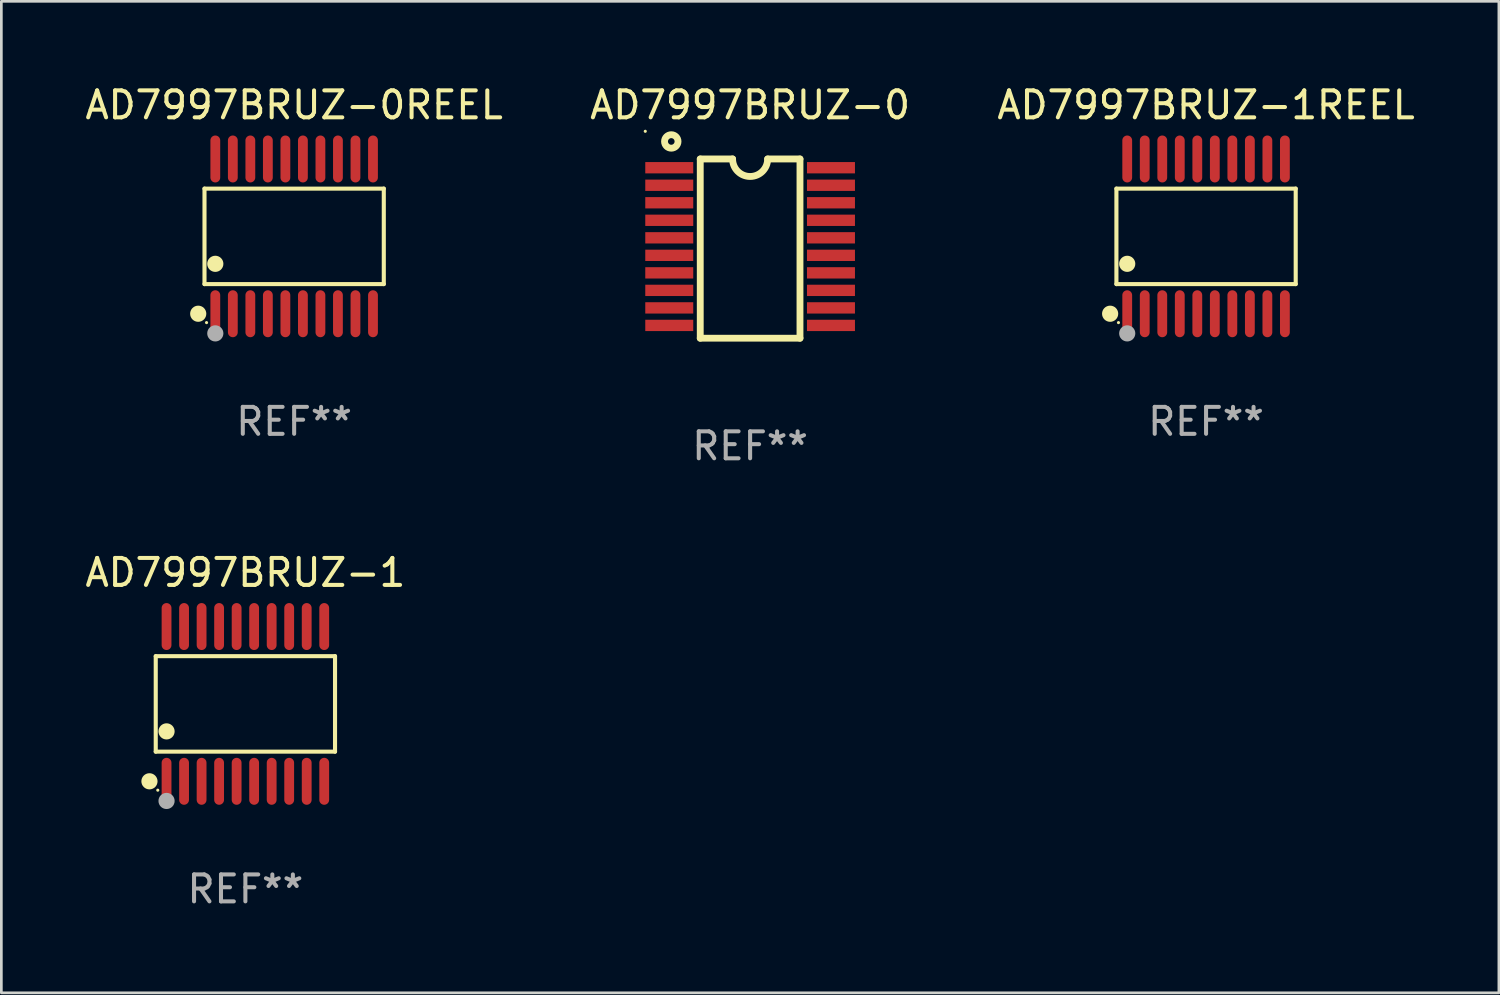
<source format=kicad_pcb>
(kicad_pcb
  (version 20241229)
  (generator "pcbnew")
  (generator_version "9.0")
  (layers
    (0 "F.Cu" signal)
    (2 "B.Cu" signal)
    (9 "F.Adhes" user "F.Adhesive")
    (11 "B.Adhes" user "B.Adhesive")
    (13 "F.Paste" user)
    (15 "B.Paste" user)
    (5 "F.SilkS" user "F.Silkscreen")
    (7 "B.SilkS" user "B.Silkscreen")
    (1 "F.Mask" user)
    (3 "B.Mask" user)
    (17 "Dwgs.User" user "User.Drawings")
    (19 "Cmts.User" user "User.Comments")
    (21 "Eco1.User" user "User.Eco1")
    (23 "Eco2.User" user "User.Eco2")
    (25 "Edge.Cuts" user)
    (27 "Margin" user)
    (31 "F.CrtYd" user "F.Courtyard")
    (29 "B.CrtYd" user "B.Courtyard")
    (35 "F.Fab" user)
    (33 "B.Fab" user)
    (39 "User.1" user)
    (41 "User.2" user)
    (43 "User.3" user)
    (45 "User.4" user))
  (footprint "AD7997BRUZ-1REEL"
    (layer "F.Cu")
    (at 41.696 5.719)
    (property "Reference" "AD7997BRUZ-1REEL" (at 0 -4.871 0) (layer "F.SilkS") (effects (font (size 1 1) (thickness 0.15))))
    (attr through_hole)
    (fp_line (start -3.326 -1.771) (end 3.326 -1.771) (stroke (width 0.152) (type solid)) (layer "F.SilkS"))
    (fp_line (start -3.326 1.771) (end -3.326 -1.771) (stroke (width 0.152) (type solid)) (layer "F.SilkS"))
    (fp_line (start 3.326 -1.771) (end 3.326 1.771) (stroke (width 0.152) (type solid)) (layer "F.SilkS"))
    (fp_line (start 3.326 1.771) (end -3.326 1.771) (stroke (width 0.152) (type solid)) (layer "F.SilkS"))
    (fp_circle (center -3.559 2.871) (end -3.409 2.871) (stroke (width 0.3) (type solid)) (fill no) (layer "F.SilkS"))
    (fp_circle (center -3.25 3.2) (end -3.22 3.2) (stroke (width 0.06) (type solid)) (fill no) (layer "F.SilkS"))
    (fp_circle (center -2.925 1.019) (end -2.775 1.019) (stroke (width 0.3) (type solid)) (fill no) (layer "F.SilkS"))
    (fp_circle (center -2.925 3.6) (end -2.775 3.6) (stroke (width 0.3) (type solid)) (fill no) (layer "F.Fab"))
    (fp_text user "REF**" (at 0 6.871 0) (layer "F.Fab") (effects (font (size 1 1) (thickness 0.15))))
    (pad "1" smd oval (at -2.925 2.871) (size 0.364 1.742) (layers "F.Cu" "F.Mask" "F.Paste"))
    (pad "2" smd oval (at -2.275 2.871) (size 0.364 1.742) (layers "F.Cu" "F.Mask" "F.Paste"))
    (pad "3" smd oval (at -1.625 2.871) (size 0.364 1.742) (layers "F.Cu" "F.Mask" "F.Paste"))
    (pad "4" smd oval (at -0.975 2.871) (size 0.364 1.742) (layers "F.Cu" "F.Mask" "F.Paste"))
    (pad "5" smd oval (at -0.325 2.871) (size 0.364 1.742) (layers "F.Cu" "F.Mask" "F.Paste"))
    (pad "6" smd oval (at 0.325 2.871) (size 0.364 1.742) (layers "F.Cu" "F.Mask" "F.Paste"))
    (pad "7" smd oval (at 0.975 2.871) (size 0.364 1.742) (layers "F.Cu" "F.Mask" "F.Paste"))
    (pad "8" smd oval (at 1.625 2.871) (size 0.364 1.742) (layers "F.Cu" "F.Mask" "F.Paste"))
    (pad "9" smd oval (at 2.275 2.871) (size 0.364 1.742) (layers "F.Cu" "F.Mask" "F.Paste"))
    (pad "10" smd oval (at 2.925 2.871) (size 0.364 1.742) (layers "F.Cu" "F.Mask" "F.Paste"))
    (pad "11" smd oval (at 2.925 -2.871) (size 0.364 1.742) (layers "F.Cu" "F.Mask" "F.Paste"))
    (pad "12" smd oval (at 2.275 -2.871) (size 0.364 1.742) (layers "F.Cu" "F.Mask" "F.Paste"))
    (pad "13" smd oval (at 1.625 -2.871) (size 0.364 1.742) (layers "F.Cu" "F.Mask" "F.Paste"))
    (pad "14" smd oval (at 0.975 -2.871) (size 0.364 1.742) (layers "F.Cu" "F.Mask" "F.Paste"))
    (pad "15" smd oval (at 0.325 -2.871) (size 0.364 1.742) (layers "F.Cu" "F.Mask" "F.Paste"))
    (pad "16" smd oval (at -0.325 -2.871) (size 0.364 1.742) (layers "F.Cu" "F.Mask" "F.Paste"))
    (pad "17" smd oval (at -0.975 -2.871) (size 0.364 1.742) (layers "F.Cu" "F.Mask" "F.Paste"))
    (pad "18" smd oval (at -1.625 -2.871) (size 0.364 1.742) (layers "F.Cu" "F.Mask" "F.Paste"))
    (pad "19" smd oval (at -2.275 -2.871) (size 0.364 1.742) (layers "F.Cu" "F.Mask" "F.Paste"))
    (pad "20" smd oval (at -2.925 -2.871) (size 0.364 1.742) (layers "F.Cu" "F.Mask" "F.Paste")))
  (footprint "AD7997BRUZ-0"
    (layer "F.Cu")
    (at 24.78 6.173)
    (property "Reference" "AD7997BRUZ-0" (at 0 -5.325 0) (layer "F.SilkS") (effects (font (size 1 1) (thickness 0.15))))
    (attr through_hole)
    (fp_line (start -1.85 -3.325) (end -0.65 -3.325) (stroke (width 0.254) (type solid)) (layer "F.SilkS"))
    (fp_line (start -1.85 3.325) (end -1.85 -3.325) (stroke (width 0.254) (type solid)) (layer "F.SilkS"))
    (fp_line (start 1.85 -3.325) (end 0.65 -3.325) (stroke (width 0.254) (type solid)) (layer "F.SilkS"))
    (fp_line (start 1.85 3.325) (end -1.85 3.325) (stroke (width 0.254) (type solid)) (layer "F.SilkS"))
    (fp_line (start 1.85 3.325) (end 1.85 -3.325) (stroke (width 0.254) (type solid)) (layer "F.SilkS"))
    (fp_arc (start 0.649987 -3.324981) (mid -0.000736 -2.676087) (end -0.65024 -3.326201) (stroke (width 0.254001) (type solid)) (layer "F.SilkS"))
    (fp_circle (center -3.89 -4.352) (end -3.86 -4.352) (stroke (width 0.06) (type solid)) (fill no) (layer "F.SilkS"))
    (fp_circle (center -2.925 -3.975) (end -2.675 -3.975) (stroke (width 0.254) (type solid)) (fill no) (layer "F.SilkS"))
    (fp_text user "REF**" (at 0 7.325 0) (layer "F.Fab") (effects (font (size 1 1) (thickness 0.15))))
    (pad "1" smd rect (at -3 -3) (size 1.78 0.42) (layers "F.Cu" "F.Mask" "F.Paste"))
    (pad "2" smd rect (at -3 -2.35) (size 1.78 0.42) (layers "F.Cu" "F.Mask" "F.Paste"))
    (pad "3" smd rect (at -3 -1.7) (size 1.78 0.42) (layers "F.Cu" "F.Mask" "F.Paste"))
    (pad "4" smd rect (at -3 -1.05) (size 1.78 0.42) (layers "F.Cu" "F.Mask" "F.Paste"))
    (pad "5" smd rect (at -3 -0.4) (size 1.78 0.42) (layers "F.Cu" "F.Mask" "F.Paste"))
    (pad "6" smd rect (at -3 0.25) (size 1.78 0.42) (layers "F.Cu" "F.Mask" "F.Paste"))
    (pad "7" smd rect (at -3 0.9) (size 1.78 0.42) (layers "F.Cu" "F.Mask" "F.Paste"))
    (pad "8" smd rect (at -3 1.55) (size 1.78 0.42) (layers "F.Cu" "F.Mask" "F.Paste"))
    (pad "9" smd rect (at -3 2.2) (size 1.78 0.42) (layers "F.Cu" "F.Mask" "F.Paste"))
    (pad "10" smd rect (at -3 2.85) (size 1.78 0.42) (layers "F.Cu" "F.Mask" "F.Paste"))
    (pad "11" smd rect (at 3 2.85) (size 1.78 0.42) (layers "F.Cu" "F.Mask" "F.Paste"))
    (pad "12" smd rect (at 3 2.2) (size 1.78 0.42) (layers "F.Cu" "F.Mask" "F.Paste"))
    (pad "13" smd rect (at 3 1.55) (size 1.78 0.42) (layers "F.Cu" "F.Mask" "F.Paste"))
    (pad "14" smd rect (at 3 0.9) (size 1.78 0.42) (layers "F.Cu" "F.Mask" "F.Paste"))
    (pad "15" smd rect (at 3 0.25) (size 1.78 0.42) (layers "F.Cu" "F.Mask" "F.Paste"))
    (pad "16" smd rect (at 3 -0.4) (size 1.78 0.42) (layers "F.Cu" "F.Mask" "F.Paste"))
    (pad "17" smd rect (at 3 -1.05) (size 1.78 0.42) (layers "F.Cu" "F.Mask" "F.Paste"))
    (pad "18" smd rect (at 3 -1.7) (size 1.78 0.42) (layers "F.Cu" "F.Mask" "F.Paste"))
    (pad "19" smd rect (at 3 -2.35) (size 1.78 0.42) (layers "F.Cu" "F.Mask" "F.Paste"))
    (pad "20" smd rect (at 3 -3) (size 1.78 0.42) (layers "F.Cu" "F.Mask" "F.Paste")))
  (footprint "AD7997BRUZ-1"
    (layer "F.Cu")
    (at 6.054 23.066)
    (property "Reference" "AD7997BRUZ-1" (at 0 -4.871 0) (layer "F.SilkS") (effects (font (size 1 1) (thickness 0.15))))
    (attr through_hole)
    (fp_line (start -3.326 -1.771) (end 3.326 -1.771) (stroke (width 0.152) (type solid)) (layer "F.SilkS"))
    (fp_line (start -3.326 1.771) (end -3.326 -1.771) (stroke (width 0.152) (type solid)) (layer "F.SilkS"))
    (fp_line (start 3.326 -1.771) (end 3.326 1.771) (stroke (width 0.152) (type solid)) (layer "F.SilkS"))
    (fp_line (start 3.326 1.771) (end -3.326 1.771) (stroke (width 0.152) (type solid)) (layer "F.SilkS"))
    (fp_circle (center -3.559 2.871) (end -3.409 2.871) (stroke (width 0.3) (type solid)) (fill no) (layer "F.SilkS"))
    (fp_circle (center -3.25 3.2) (end -3.22 3.2) (stroke (width 0.06) (type solid)) (fill no) (layer "F.SilkS"))
    (fp_circle (center -2.925 1.019) (end -2.775 1.019) (stroke (width 0.3) (type solid)) (fill no) (layer "F.SilkS"))
    (fp_circle (center -2.925 3.6) (end -2.775 3.6) (stroke (width 0.3) (type solid)) (fill no) (layer "F.Fab"))
    (fp_text user "REF**" (at 0 6.871 0) (layer "F.Fab") (effects (font (size 1 1) (thickness 0.15))))
    (pad "1" smd oval (at -2.925 2.871) (size 0.364 1.742) (layers "F.Cu" "F.Mask" "F.Paste"))
    (pad "2" smd oval (at -2.275 2.871) (size 0.364 1.742) (layers "F.Cu" "F.Mask" "F.Paste"))
    (pad "3" smd oval (at -1.625 2.871) (size 0.364 1.742) (layers "F.Cu" "F.Mask" "F.Paste"))
    (pad "4" smd oval (at -0.975 2.871) (size 0.364 1.742) (layers "F.Cu" "F.Mask" "F.Paste"))
    (pad "5" smd oval (at -0.325 2.871) (size 0.364 1.742) (layers "F.Cu" "F.Mask" "F.Paste"))
    (pad "6" smd oval (at 0.325 2.871) (size 0.364 1.742) (layers "F.Cu" "F.Mask" "F.Paste"))
    (pad "7" smd oval (at 0.975 2.871) (size 0.364 1.742) (layers "F.Cu" "F.Mask" "F.Paste"))
    (pad "8" smd oval (at 1.625 2.871) (size 0.364 1.742) (layers "F.Cu" "F.Mask" "F.Paste"))
    (pad "9" smd oval (at 2.275 2.871) (size 0.364 1.742) (layers "F.Cu" "F.Mask" "F.Paste"))
    (pad "10" smd oval (at 2.925 2.871) (size 0.364 1.742) (layers "F.Cu" "F.Mask" "F.Paste"))
    (pad "11" smd oval (at 2.925 -2.871) (size 0.364 1.742) (layers "F.Cu" "F.Mask" "F.Paste"))
    (pad "12" smd oval (at 2.275 -2.871) (size 0.364 1.742) (layers "F.Cu" "F.Mask" "F.Paste"))
    (pad "13" smd oval (at 1.625 -2.871) (size 0.364 1.742) (layers "F.Cu" "F.Mask" "F.Paste"))
    (pad "14" smd oval (at 0.975 -2.871) (size 0.364 1.742) (layers "F.Cu" "F.Mask" "F.Paste"))
    (pad "15" smd oval (at 0.325 -2.871) (size 0.364 1.742) (layers "F.Cu" "F.Mask" "F.Paste"))
    (pad "16" smd oval (at -0.325 -2.871) (size 0.364 1.742) (layers "F.Cu" "F.Mask" "F.Paste"))
    (pad "17" smd oval (at -0.975 -2.871) (size 0.364 1.742) (layers "F.Cu" "F.Mask" "F.Paste"))
    (pad "18" smd oval (at -1.625 -2.871) (size 0.364 1.742) (layers "F.Cu" "F.Mask" "F.Paste"))
    (pad "19" smd oval (at -2.275 -2.871) (size 0.364 1.742) (layers "F.Cu" "F.Mask" "F.Paste"))
    (pad "20" smd oval (at -2.925 -2.871) (size 0.364 1.742) (layers "F.Cu" "F.Mask" "F.Paste")))
  (footprint "AD7997BRUZ-0REEL"
    (layer "F.Cu")
    (at 7.863 5.719)
    (property "Reference" "AD7997BRUZ-0REEL" (at 0 -4.871 0) (layer "F.SilkS") (effects (font (size 1 1) (thickness 0.15))))
    (attr through_hole)
    (fp_line (start -3.326 -1.771) (end 3.326 -1.771) (stroke (width 0.152) (type solid)) (layer "F.SilkS"))
    (fp_line (start -3.326 1.771) (end -3.326 -1.771) (stroke (width 0.152) (type solid)) (layer "F.SilkS"))
    (fp_line (start 3.326 -1.771) (end 3.326 1.771) (stroke (width 0.152) (type solid)) (layer "F.SilkS"))
    (fp_line (start 3.326 1.771) (end -3.326 1.771) (stroke (width 0.152) (type solid)) (layer "F.SilkS"))
    (fp_circle (center -3.559 2.871) (end -3.409 2.871) (stroke (width 0.3) (type solid)) (fill no) (layer "F.SilkS"))
    (fp_circle (center -3.25 3.2) (end -3.22 3.2) (stroke (width 0.06) (type solid)) (fill no) (layer "F.SilkS"))
    (fp_circle (center -2.925 1.019) (end -2.775 1.019) (stroke (width 0.3) (type solid)) (fill no) (layer "F.SilkS"))
    (fp_circle (center -2.925 3.6) (end -2.775 3.6) (stroke (width 0.3) (type solid)) (fill no) (layer "F.Fab"))
    (fp_text user "REF**" (at 0 6.871 0) (layer "F.Fab") (effects (font (size 1 1) (thickness 0.15))))
    (pad "1" smd oval (at -2.925 2.871) (size 0.364 1.742) (layers "F.Cu" "F.Mask" "F.Paste"))
    (pad "2" smd oval (at -2.275 2.871) (size 0.364 1.742) (layers "F.Cu" "F.Mask" "F.Paste"))
    (pad "3" smd oval (at -1.625 2.871) (size 0.364 1.742) (layers "F.Cu" "F.Mask" "F.Paste"))
    (pad "4" smd oval (at -0.975 2.871) (size 0.364 1.742) (layers "F.Cu" "F.Mask" "F.Paste"))
    (pad "5" smd oval (at -0.325 2.871) (size 0.364 1.742) (layers "F.Cu" "F.Mask" "F.Paste"))
    (pad "6" smd oval (at 0.325 2.871) (size 0.364 1.742) (layers "F.Cu" "F.Mask" "F.Paste"))
    (pad "7" smd oval (at 0.975 2.871) (size 0.364 1.742) (layers "F.Cu" "F.Mask" "F.Paste"))
    (pad "8" smd oval (at 1.625 2.871) (size 0.364 1.742) (layers "F.Cu" "F.Mask" "F.Paste"))
    (pad "9" smd oval (at 2.275 2.871) (size 0.364 1.742) (layers "F.Cu" "F.Mask" "F.Paste"))
    (pad "10" smd oval (at 2.925 2.871) (size 0.364 1.742) (layers "F.Cu" "F.Mask" "F.Paste"))
    (pad "11" smd oval (at 2.925 -2.871) (size 0.364 1.742) (layers "F.Cu" "F.Mask" "F.Paste"))
    (pad "12" smd oval (at 2.275 -2.871) (size 0.364 1.742) (layers "F.Cu" "F.Mask" "F.Paste"))
    (pad "13" smd oval (at 1.625 -2.871) (size 0.364 1.742) (layers "F.Cu" "F.Mask" "F.Paste"))
    (pad "14" smd oval (at 0.975 -2.871) (size 0.364 1.742) (layers "F.Cu" "F.Mask" "F.Paste"))
    (pad "15" smd oval (at 0.325 -2.871) (size 0.364 1.742) (layers "F.Cu" "F.Mask" "F.Paste"))
    (pad "16" smd oval (at -0.325 -2.871) (size 0.364 1.742) (layers "F.Cu" "F.Mask" "F.Paste"))
    (pad "17" smd oval (at -0.975 -2.871) (size 0.364 1.742) (layers "F.Cu" "F.Mask" "F.Paste"))
    (pad "18" smd oval (at -1.625 -2.871) (size 0.364 1.742) (layers "F.Cu" "F.Mask" "F.Paste"))
    (pad "19" smd oval (at -2.275 -2.871) (size 0.364 1.742) (layers "F.Cu" "F.Mask" "F.Paste"))
    (pad "20" smd oval (at -2.925 -2.871) (size 0.364 1.742) (layers "F.Cu" "F.Mask" "F.Paste")))
  (gr_rect
    (start -3 -3)
    (end 52.56 33.785)
    (stroke (width 0.1) (type default))
    (fill no)
    (layer "Edge.Cuts")))
</source>
